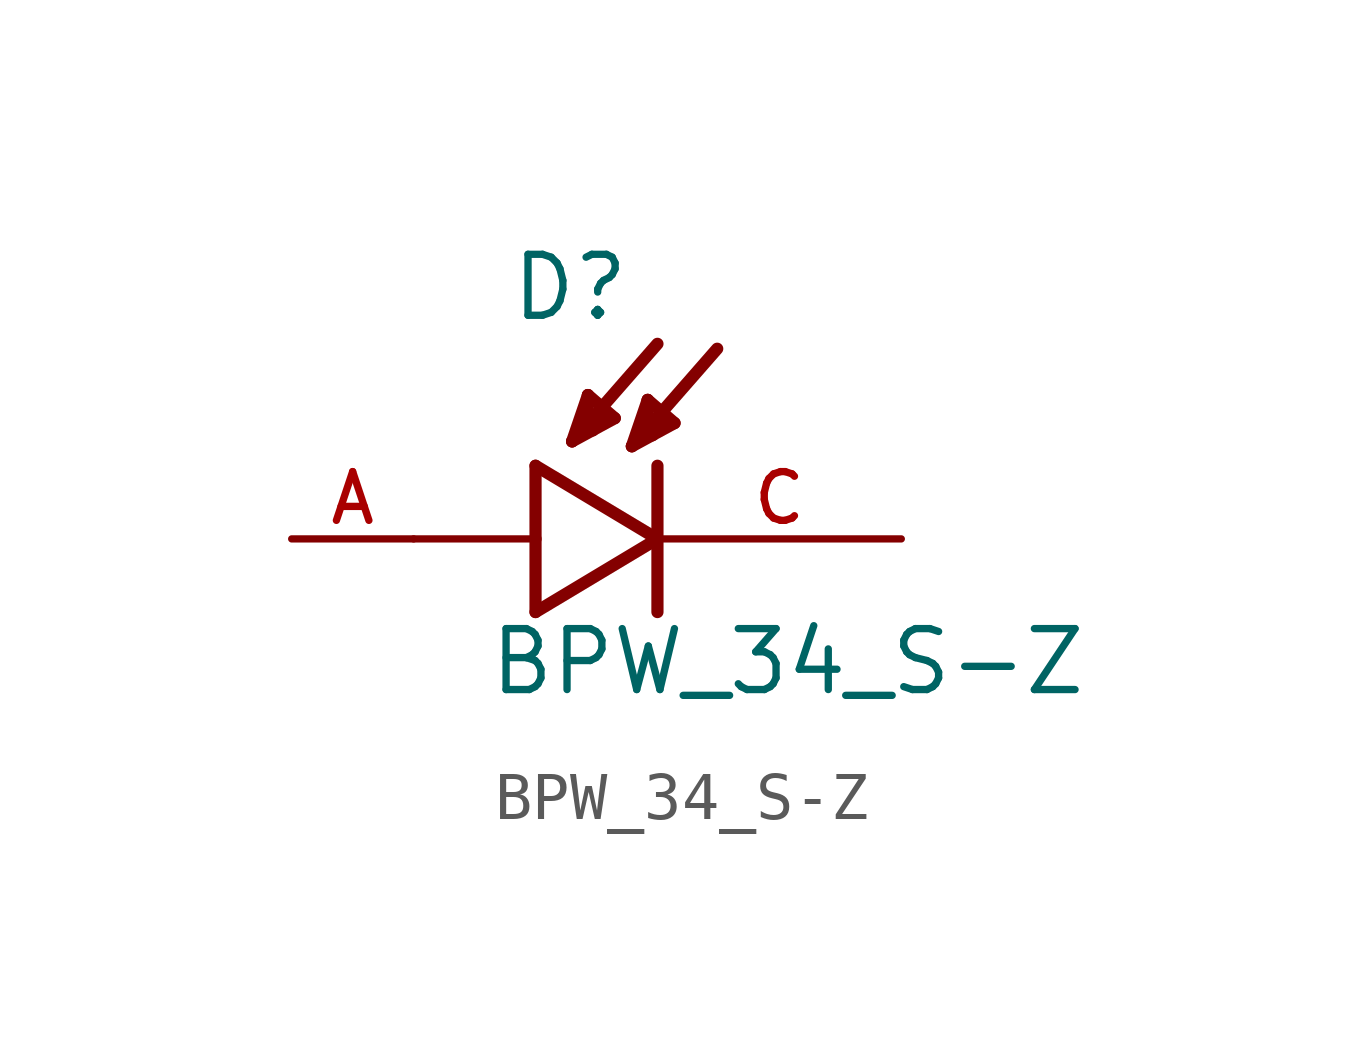
<source format=kicad_sym>
(kicad_symbol_lib
  (version 20220914)
  (generator kicad_symbol_editor)
  (symbol "BPW_34_S-Z"
    (pin_names
      (offset 1.016) hide)
    (property "Reference" "D"
      (at -3.099 4.496 0)
      (effects (font (size 1.27 1.27)) (justify left bottom)))
    (property "Value" "BPW_34_S-Z"
      (at -3.556 -3.302 0)
      (effects (font (size 1.27 1.27)) (justify left bottom)))
    (property "ki_locked" ""
      (at 0 0 0)
      (effects (font (size 1.27 1.27))))
    (symbol "BPW_34_S-Z_0_0"
      (polyline (pts (xy -2.54 -1.524) (xy 0 0)) (stroke (width 0.254) (type solid)) (fill (type none)))
      (polyline (pts (xy -2.54 0) (xy -5.08 0)) (stroke (width 0.152) (type solid)) (fill (type none)))
      (polyline (pts (xy -2.54 0) (xy -2.54 -1.524)) (stroke (width 0.254) (type solid)) (fill (type none)))
      (polyline (pts (xy -2.54 1.524) (xy -2.54 0)) (stroke (width 0.254) (type solid)) (fill (type none)))
      (polyline (pts (xy -1.778 2.032) (xy -1.448 2.997)) (stroke (width 0.254) (type solid)) (fill (type none)))
      (polyline (pts (xy -1.778 2.032) (xy 0 4.064)) (stroke (width 0.254) (type solid)) (fill (type none)))
      (polyline (pts (xy -1.473 2.261) (xy -1.346 2.261)) (stroke (width 0.254) (type solid)) (fill (type none)))
      (polyline (pts (xy -1.448 2.997) (xy -1.473 2.261)) (stroke (width 0.254) (type solid)) (fill (type none)))
      (polyline (pts (xy -1.448 2.997) (xy -0.889 2.515)) (stroke (width 0.254) (type solid)) (fill (type none)))
      (polyline (pts (xy -1.067 2.591) (xy -1.295 2.438)) (stroke (width 0.254) (type solid)) (fill (type none)))
      (polyline (pts (xy -0.889 2.515) (xy -1.778 2.032)) (stroke (width 0.254) (type solid)) (fill (type none)))
      (polyline (pts (xy -0.533 1.93) (xy -0.203 2.896)) (stroke (width 0.254) (type solid)) (fill (type none)))
      (polyline (pts (xy -0.533 1.93) (xy 1.245 3.962)) (stroke (width 0.254) (type solid)) (fill (type none)))
      (polyline (pts (xy -0.229 2.159) (xy -0.102 2.159)) (stroke (width 0.254) (type solid)) (fill (type none)))
      (polyline (pts (xy -0.203 2.896) (xy -0.229 2.159)) (stroke (width 0.254) (type solid)) (fill (type none)))
      (polyline (pts (xy -0.203 2.896) (xy 0.356 2.413)) (stroke (width 0.254) (type solid)) (fill (type none)))
      (polyline (pts (xy 0 0) (xy -2.54 1.524)) (stroke (width 0.254) (type solid)) (fill (type none)))
      (polyline (pts (xy 0 1.524) (xy 0 -1.524)) (stroke (width 0.254) (type solid)) (fill (type none)))
      (polyline (pts (xy 0.178 2.489) (xy -0.051 2.337)) (stroke (width 0.254) (type solid)) (fill (type none)))
      (polyline (pts (xy 0.356 2.413) (xy -0.533 1.93)) (stroke (width 0.254) (type solid)) (fill (type none)))
      (pin passive line (at -7.62 0 0) (length 2.54) (name "~" (effects (font (size 1.016 1.016)))) (number "A" (effects (font (size 1.016 1.016)))))
      (pin passive line (at 5.08 0 180) (length 5.08) (name "~" (effects (font (size 1.016 1.016)))) (number "C" (effects (font (size 1.016 1.016))))))))
</source>
